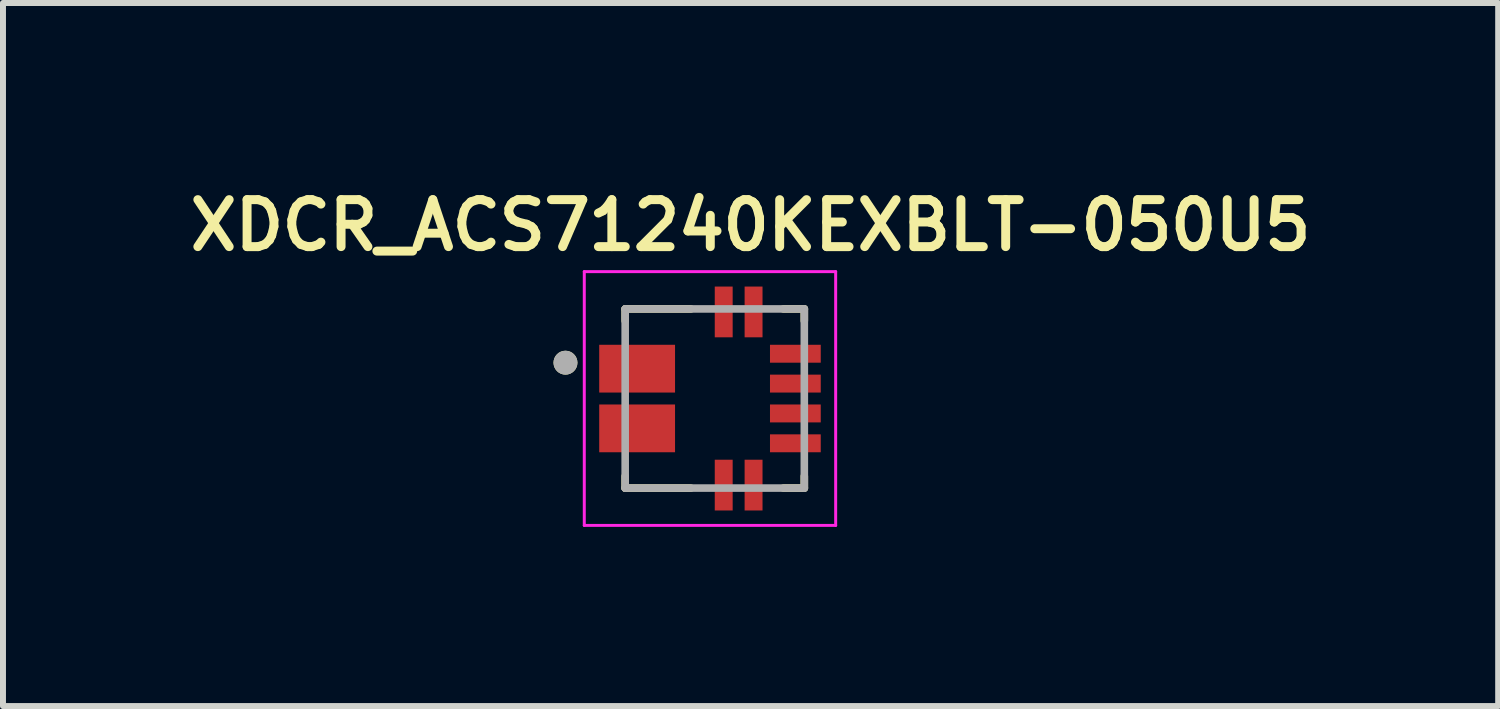
<source format=kicad_pcb>
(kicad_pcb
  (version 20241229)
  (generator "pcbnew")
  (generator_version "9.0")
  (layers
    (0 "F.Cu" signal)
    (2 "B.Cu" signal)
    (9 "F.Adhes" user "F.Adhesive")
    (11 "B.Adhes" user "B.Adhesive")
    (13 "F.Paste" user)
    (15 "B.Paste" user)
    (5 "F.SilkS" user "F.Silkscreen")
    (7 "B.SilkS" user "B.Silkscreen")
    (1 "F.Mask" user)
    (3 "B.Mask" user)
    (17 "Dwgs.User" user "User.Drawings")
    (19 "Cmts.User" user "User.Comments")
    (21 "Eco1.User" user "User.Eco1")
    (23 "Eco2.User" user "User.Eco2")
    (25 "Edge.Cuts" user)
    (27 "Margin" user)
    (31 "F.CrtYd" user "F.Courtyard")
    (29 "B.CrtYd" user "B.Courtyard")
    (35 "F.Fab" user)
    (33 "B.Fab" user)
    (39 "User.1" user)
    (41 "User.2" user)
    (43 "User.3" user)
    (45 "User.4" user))
  (footprint "XDCR_ACS71240KEXBLT-050U5"
    (layer "F.Cu")
    (at 8.92 3.624)
    (property "Reference" "XDCR_ACS71240KEXBLT-050U5" (at 0.6 -2.9 0) (layer "F.SilkS") (effects (font (size 0.787 0.787) (thickness 0.15))))
    (attr through_hole)
    (fp_line (start -1.5 -1.5) (end -1.5 -1.3) (stroke (width 0.127) (type solid)) (layer "F.SilkS"))
    (fp_line (start -1.5 -1.5) (end -0.4 -1.5) (stroke (width 0.127) (type solid)) (layer "F.SilkS"))
    (fp_line (start -1.5 1.5) (end -1.5 1.3) (stroke (width 0.127) (type solid)) (layer "F.SilkS"))
    (fp_line (start -1.5 1.5) (end -0.4 1.5) (stroke (width 0.127) (type solid)) (layer "F.SilkS"))
    (fp_line (start 1.5 -1.5) (end 1.15 -1.5) (stroke (width 0.127) (type solid)) (layer "F.SilkS"))
    (fp_line (start 1.5 -1.5) (end 1.5 -1.3) (stroke (width 0.127) (type solid)) (layer "F.SilkS"))
    (fp_line (start 1.5 1.5) (end 1.15 1.5) (stroke (width 0.127) (type solid)) (layer "F.SilkS"))
    (fp_line (start 1.5 1.5) (end 1.5 1.3) (stroke (width 0.127) (type solid)) (layer "F.SilkS"))
    (fp_circle (center -2.5 -0.6) (end -2.4 -0.6) (stroke (width 0.2) (type solid)) (fill no) (layer "F.SilkS"))
    (fp_poly (pts (xy -1.75 -0.783) (xy -0.85 -0.783) (xy -0.85 -0.217) (xy -1.75 -0.217)) (stroke (width 0.01) (type solid)) (fill yes) (layer "F.Paste"))
    (fp_poly (pts (xy -1.75 0.217) (xy -0.85 0.217) (xy -0.85 0.783) (xy -1.75 0.783)) (stroke (width 0.01) (type solid)) (fill yes) (layer "F.Paste"))
    (fp_line (start -2.185 -2.125) (end 2.025 -2.125) (stroke (width 0.05) (type solid)) (layer "F.CrtYd"))
    (fp_line (start -2.185 2.125) (end -2.185 -2.125) (stroke (width 0.05) (type solid)) (layer "F.CrtYd"))
    (fp_line (start -2.185 2.125) (end 2.025 2.125) (stroke (width 0.05) (type solid)) (layer "F.CrtYd"))
    (fp_line (start 2.025 2.125) (end 2.025 -2.125) (stroke (width 0.05) (type solid)) (layer "F.CrtYd"))
    (fp_line (start -1.5 1.5) (end -1.5 -1.5) (stroke (width 0.127) (type solid)) (layer "F.Fab"))
    (fp_line (start 1.5 -1.5) (end -1.5 -1.5) (stroke (width 0.127) (type solid)) (layer "F.Fab"))
    (fp_line (start 1.5 1.5) (end -1.5 1.5) (stroke (width 0.127) (type solid)) (layer "F.Fab"))
    (fp_line (start 1.5 1.5) (end 1.5 -1.5) (stroke (width 0.127) (type solid)) (layer "F.Fab"))
    (fp_circle (center -2.5 -0.6) (end -2.4 -0.6) (stroke (width 0.2) (type solid)) (fill no) (layer "F.Fab"))
    (pad "1" smd rect (at -1.3 -0.5) (size 1.27 0.8) (layers "F.Cu" "F.Mask"))
    (pad "3" smd rect (at -1.3 0.5) (size 1.27 0.8) (layers "F.Cu" "F.Mask"))
    (pad "5" smd rect (at 0.15 1.45 90) (size 0.85 0.3) (layers "F.Cu" "F.Mask" "F.Paste"))
    (pad "6" smd rect (at 0.65 1.45 90) (size 0.85 0.3) (layers "F.Cu" "F.Mask" "F.Paste"))
    (pad "7" smd rect (at 1.35 0.75) (size 0.85 0.3) (layers "F.Cu" "F.Mask" "F.Paste"))
    (pad "8" smd rect (at 1.35 0.25) (size 0.85 0.3) (layers "F.Cu" "F.Mask" "F.Paste"))
    (pad "9" smd rect (at 1.35 -0.25) (size 0.85 0.3) (layers "F.Cu" "F.Mask" "F.Paste"))
    (pad "10" smd rect (at 1.35 -0.75) (size 0.85 0.3) (layers "F.Cu" "F.Mask" "F.Paste"))
    (pad "11" smd rect (at 0.65 -1.45 90) (size 0.85 0.3) (layers "F.Cu" "F.Mask" "F.Paste"))
    (pad "12" smd rect (at 0.15 -1.45 90) (size 0.85 0.3) (layers "F.Cu" "F.Mask" "F.Paste")))
  (gr_rect
    (start -3 -3)
    (end 22.04 8.774)
    (stroke (width 0.1) (type default))
    (fill no)
    (layer "Edge.Cuts")))
</source>
